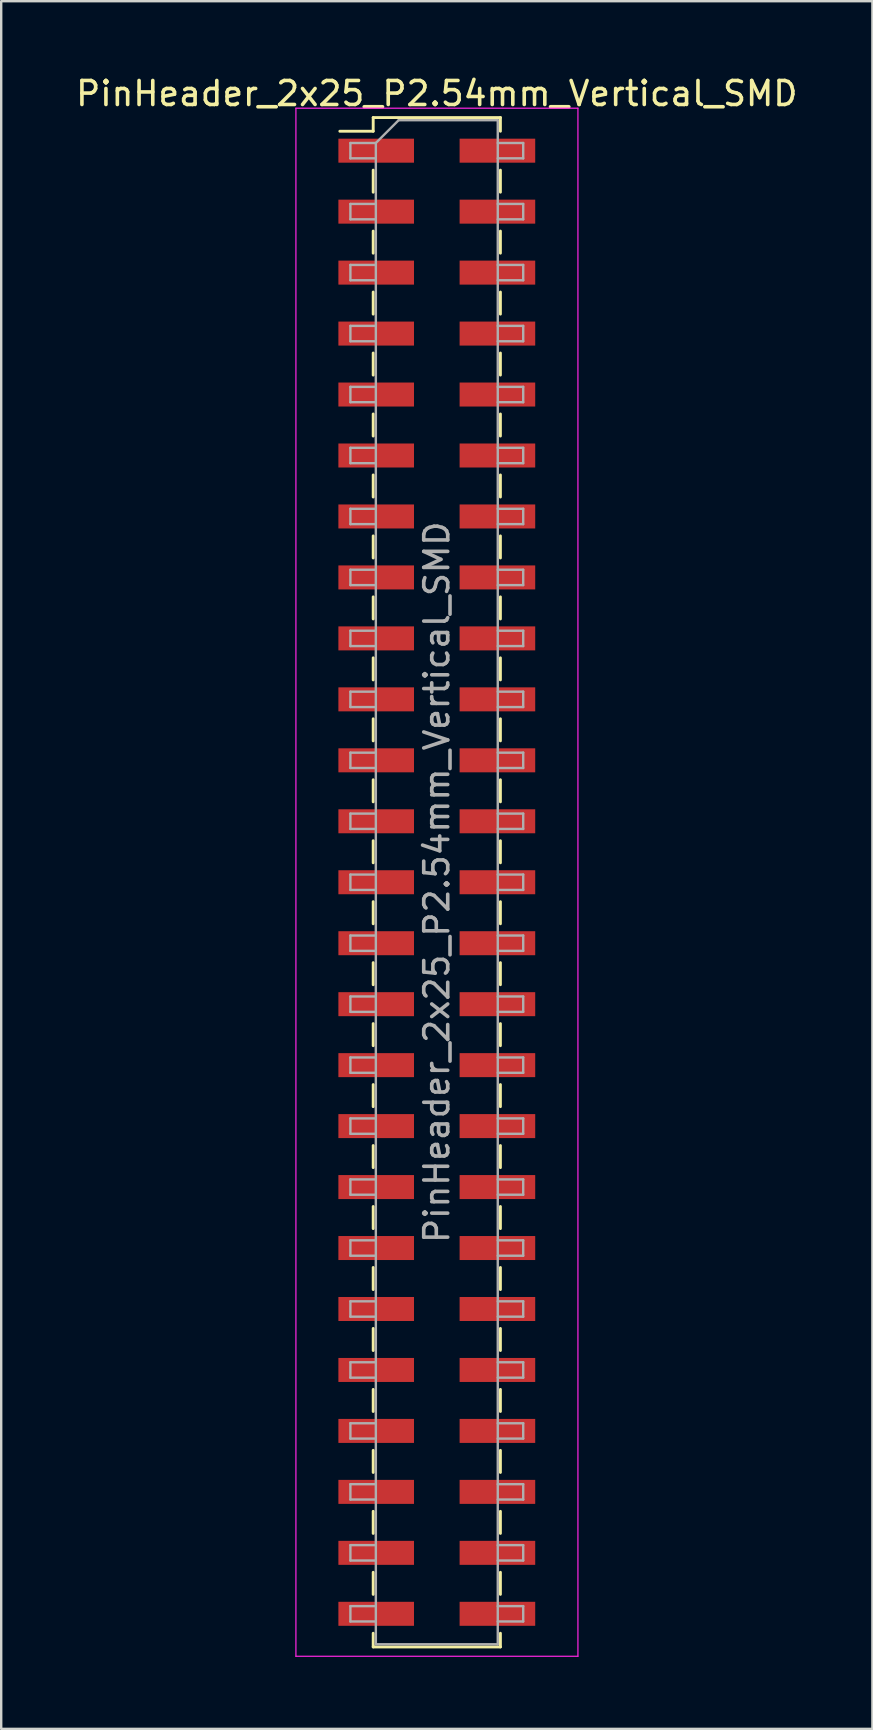
<source format=kicad_pcb>
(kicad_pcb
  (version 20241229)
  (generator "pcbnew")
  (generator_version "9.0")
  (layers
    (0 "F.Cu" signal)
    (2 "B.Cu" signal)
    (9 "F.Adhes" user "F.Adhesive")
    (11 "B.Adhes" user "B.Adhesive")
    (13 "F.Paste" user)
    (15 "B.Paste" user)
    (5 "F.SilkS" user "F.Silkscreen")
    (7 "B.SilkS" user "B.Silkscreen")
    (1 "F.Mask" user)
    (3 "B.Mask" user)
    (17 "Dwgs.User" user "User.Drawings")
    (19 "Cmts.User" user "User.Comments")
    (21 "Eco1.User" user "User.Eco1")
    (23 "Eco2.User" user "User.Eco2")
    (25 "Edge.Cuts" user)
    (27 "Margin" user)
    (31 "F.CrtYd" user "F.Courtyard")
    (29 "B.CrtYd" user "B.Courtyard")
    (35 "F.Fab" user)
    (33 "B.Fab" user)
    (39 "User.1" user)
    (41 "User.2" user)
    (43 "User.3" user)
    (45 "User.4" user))
  (footprint "PinHeader_2x25_P2.54mm_Vertical_SMD"
    (layer "F.Cu")
    (at 15.149 33.708)
    (property "Reference" "PinHeader_2x25_P2.54mm_Vertical_SMD" (at 0 -32.86 0) (layer "F.SilkS") (effects (font (size 1 1) (thickness 0.15))))
    (attr smd)
    (fp_line (start -4.04 -31.29) (end -2.65 -31.29) (stroke (width 0.12) (type solid)) (layer "F.SilkS"))
    (fp_line (start -2.65 -31.86) (end -2.65 -31.29) (stroke (width 0.12) (type solid)) (layer "F.SilkS"))
    (fp_line (start -2.65 -31.86) (end 2.65 -31.86) (stroke (width 0.12) (type solid)) (layer "F.SilkS"))
    (fp_line (start -2.65 -29.67) (end -2.65 -28.75) (stroke (width 0.12) (type solid)) (layer "F.SilkS"))
    (fp_line (start -2.65 -27.13) (end -2.65 -26.21) (stroke (width 0.12) (type solid)) (layer "F.SilkS"))
    (fp_line (start -2.65 -24.59) (end -2.65 -23.67) (stroke (width 0.12) (type solid)) (layer "F.SilkS"))
    (fp_line (start -2.65 -22.05) (end -2.65 -21.13) (stroke (width 0.12) (type solid)) (layer "F.SilkS"))
    (fp_line (start -2.65 -19.51) (end -2.65 -18.59) (stroke (width 0.12) (type solid)) (layer "F.SilkS"))
    (fp_line (start -2.65 -16.97) (end -2.65 -16.05) (stroke (width 0.12) (type solid)) (layer "F.SilkS"))
    (fp_line (start -2.65 -14.43) (end -2.65 -13.51) (stroke (width 0.12) (type solid)) (layer "F.SilkS"))
    (fp_line (start -2.65 -11.89) (end -2.65 -10.97) (stroke (width 0.12) (type solid)) (layer "F.SilkS"))
    (fp_line (start -2.65 -9.35) (end -2.65 -8.43) (stroke (width 0.12) (type solid)) (layer "F.SilkS"))
    (fp_line (start -2.65 -6.81) (end -2.65 -5.89) (stroke (width 0.12) (type solid)) (layer "F.SilkS"))
    (fp_line (start -2.65 -4.27) (end -2.65 -3.35) (stroke (width 0.12) (type solid)) (layer "F.SilkS"))
    (fp_line (start -2.65 -1.73) (end -2.65 -0.81) (stroke (width 0.12) (type solid)) (layer "F.SilkS"))
    (fp_line (start -2.65 0.81) (end -2.65 1.73) (stroke (width 0.12) (type solid)) (layer "F.SilkS"))
    (fp_line (start -2.65 3.35) (end -2.65 4.27) (stroke (width 0.12) (type solid)) (layer "F.SilkS"))
    (fp_line (start -2.65 5.89) (end -2.65 6.81) (stroke (width 0.12) (type solid)) (layer "F.SilkS"))
    (fp_line (start -2.65 8.43) (end -2.65 9.35) (stroke (width 0.12) (type solid)) (layer "F.SilkS"))
    (fp_line (start -2.65 10.97) (end -2.65 11.89) (stroke (width 0.12) (type solid)) (layer "F.SilkS"))
    (fp_line (start -2.65 13.51) (end -2.65 14.43) (stroke (width 0.12) (type solid)) (layer "F.SilkS"))
    (fp_line (start -2.65 16.05) (end -2.65 16.97) (stroke (width 0.12) (type solid)) (layer "F.SilkS"))
    (fp_line (start -2.65 18.59) (end -2.65 19.51) (stroke (width 0.12) (type solid)) (layer "F.SilkS"))
    (fp_line (start -2.65 21.13) (end -2.65 22.05) (stroke (width 0.12) (type solid)) (layer "F.SilkS"))
    (fp_line (start -2.65 23.67) (end -2.65 24.59) (stroke (width 0.12) (type solid)) (layer "F.SilkS"))
    (fp_line (start -2.65 26.21) (end -2.65 27.13) (stroke (width 0.12) (type solid)) (layer "F.SilkS"))
    (fp_line (start -2.65 28.75) (end -2.65 29.67) (stroke (width 0.12) (type solid)) (layer "F.SilkS"))
    (fp_line (start -2.65 31.29) (end -2.65 31.86) (stroke (width 0.12) (type solid)) (layer "F.SilkS"))
    (fp_line (start -2.65 31.86) (end 2.65 31.86) (stroke (width 0.12) (type solid)) (layer "F.SilkS"))
    (fp_line (start 2.65 -31.86) (end 2.65 -31.29) (stroke (width 0.12) (type solid)) (layer "F.SilkS"))
    (fp_line (start 2.65 -29.67) (end 2.65 -28.75) (stroke (width 0.12) (type solid)) (layer "F.SilkS"))
    (fp_line (start 2.65 -27.13) (end 2.65 -26.21) (stroke (width 0.12) (type solid)) (layer "F.SilkS"))
    (fp_line (start 2.65 -24.59) (end 2.65 -23.67) (stroke (width 0.12) (type solid)) (layer "F.SilkS"))
    (fp_line (start 2.65 -22.05) (end 2.65 -21.13) (stroke (width 0.12) (type solid)) (layer "F.SilkS"))
    (fp_line (start 2.65 -19.51) (end 2.65 -18.59) (stroke (width 0.12) (type solid)) (layer "F.SilkS"))
    (fp_line (start 2.65 -16.97) (end 2.65 -16.05) (stroke (width 0.12) (type solid)) (layer "F.SilkS"))
    (fp_line (start 2.65 -14.43) (end 2.65 -13.51) (stroke (width 0.12) (type solid)) (layer "F.SilkS"))
    (fp_line (start 2.65 -11.89) (end 2.65 -10.97) (stroke (width 0.12) (type solid)) (layer "F.SilkS"))
    (fp_line (start 2.65 -9.35) (end 2.65 -8.43) (stroke (width 0.12) (type solid)) (layer "F.SilkS"))
    (fp_line (start 2.65 -6.81) (end 2.65 -5.89) (stroke (width 0.12) (type solid)) (layer "F.SilkS"))
    (fp_line (start 2.65 -4.27) (end 2.65 -3.35) (stroke (width 0.12) (type solid)) (layer "F.SilkS"))
    (fp_line (start 2.65 -1.73) (end 2.65 -0.81) (stroke (width 0.12) (type solid)) (layer "F.SilkS"))
    (fp_line (start 2.65 0.81) (end 2.65 1.73) (stroke (width 0.12) (type solid)) (layer "F.SilkS"))
    (fp_line (start 2.65 3.35) (end 2.65 4.27) (stroke (width 0.12) (type solid)) (layer "F.SilkS"))
    (fp_line (start 2.65 5.89) (end 2.65 6.81) (stroke (width 0.12) (type solid)) (layer "F.SilkS"))
    (fp_line (start 2.65 8.43) (end 2.65 9.35) (stroke (width 0.12) (type solid)) (layer "F.SilkS"))
    (fp_line (start 2.65 10.97) (end 2.65 11.89) (stroke (width 0.12) (type solid)) (layer "F.SilkS"))
    (fp_line (start 2.65 13.51) (end 2.65 14.43) (stroke (width 0.12) (type solid)) (layer "F.SilkS"))
    (fp_line (start 2.65 16.05) (end 2.65 16.97) (stroke (width 0.12) (type solid)) (layer "F.SilkS"))
    (fp_line (start 2.65 18.59) (end 2.65 19.51) (stroke (width 0.12) (type solid)) (layer "F.SilkS"))
    (fp_line (start 2.65 21.13) (end 2.65 22.05) (stroke (width 0.12) (type solid)) (layer "F.SilkS"))
    (fp_line (start 2.65 23.67) (end 2.65 24.59) (stroke (width 0.12) (type solid)) (layer "F.SilkS"))
    (fp_line (start 2.65 26.21) (end 2.65 27.13) (stroke (width 0.12) (type solid)) (layer "F.SilkS"))
    (fp_line (start 2.65 28.75) (end 2.65 29.67) (stroke (width 0.12) (type solid)) (layer "F.SilkS"))
    (fp_line (start 2.65 31.29) (end 2.65 31.86) (stroke (width 0.12) (type solid)) (layer "F.SilkS"))
    (fp_line (start -5.87 -32.25) (end -5.87 32.25) (stroke (width 0.05) (type solid)) (layer "F.CrtYd"))
    (fp_line (start -5.87 32.25) (end 5.88 32.25) (stroke (width 0.05) (type solid)) (layer "F.CrtYd"))
    (fp_line (start 5.88 -32.25) (end -5.87 -32.25) (stroke (width 0.05) (type solid)) (layer "F.CrtYd"))
    (fp_line (start 5.88 32.25) (end 5.88 -32.25) (stroke (width 0.05) (type solid)) (layer "F.CrtYd"))
    (fp_line (start -3.6 -30.8) (end -3.6 -30.16) (stroke (width 0.1) (type solid)) (layer "F.Fab"))
    (fp_line (start -3.6 -30.16) (end -2.54 -30.16) (stroke (width 0.1) (type solid)) (layer "F.Fab"))
    (fp_line (start -3.6 -28.26) (end -3.6 -27.62) (stroke (width 0.1) (type solid)) (layer "F.Fab"))
    (fp_line (start -3.6 -27.62) (end -2.54 -27.62) (stroke (width 0.1) (type solid)) (layer "F.Fab"))
    (fp_line (start -3.6 -25.72) (end -3.6 -25.08) (stroke (width 0.1) (type solid)) (layer "F.Fab"))
    (fp_line (start -3.6 -25.08) (end -2.54 -25.08) (stroke (width 0.1) (type solid)) (layer "F.Fab"))
    (fp_line (start -3.6 -23.18) (end -3.6 -22.54) (stroke (width 0.1) (type solid)) (layer "F.Fab"))
    (fp_line (start -3.6 -22.54) (end -2.54 -22.54) (stroke (width 0.1) (type solid)) (layer "F.Fab"))
    (fp_line (start -3.6 -20.64) (end -3.6 -20) (stroke (width 0.1) (type solid)) (layer "F.Fab"))
    (fp_line (start -3.6 -20) (end -2.54 -20) (stroke (width 0.1) (type solid)) (layer "F.Fab"))
    (fp_line (start -3.6 -18.1) (end -3.6 -17.46) (stroke (width 0.1) (type solid)) (layer "F.Fab"))
    (fp_line (start -3.6 -17.46) (end -2.54 -17.46) (stroke (width 0.1) (type solid)) (layer "F.Fab"))
    (fp_line (start -3.6 -15.56) (end -3.6 -14.92) (stroke (width 0.1) (type solid)) (layer "F.Fab"))
    (fp_line (start -3.6 -14.92) (end -2.54 -14.92) (stroke (width 0.1) (type solid)) (layer "F.Fab"))
    (fp_line (start -3.6 -13.02) (end -3.6 -12.38) (stroke (width 0.1) (type solid)) (layer "F.Fab"))
    (fp_line (start -3.6 -12.38) (end -2.54 -12.38) (stroke (width 0.1) (type solid)) (layer "F.Fab"))
    (fp_line (start -3.6 -10.48) (end -3.6 -9.84) (stroke (width 0.1) (type solid)) (layer "F.Fab"))
    (fp_line (start -3.6 -9.84) (end -2.54 -9.84) (stroke (width 0.1) (type solid)) (layer "F.Fab"))
    (fp_line (start -3.6 -7.94) (end -3.6 -7.3) (stroke (width 0.1) (type solid)) (layer "F.Fab"))
    (fp_line (start -3.6 -7.3) (end -2.54 -7.3) (stroke (width 0.1) (type solid)) (layer "F.Fab"))
    (fp_line (start -3.6 -5.4) (end -3.6 -4.76) (stroke (width 0.1) (type solid)) (layer "F.Fab"))
    (fp_line (start -3.6 -4.76) (end -2.54 -4.76) (stroke (width 0.1) (type solid)) (layer "F.Fab"))
    (fp_line (start -3.6 -2.86) (end -3.6 -2.22) (stroke (width 0.1) (type solid)) (layer "F.Fab"))
    (fp_line (start -3.6 -2.22) (end -2.54 -2.22) (stroke (width 0.1) (type solid)) (layer "F.Fab"))
    (fp_line (start -3.6 -0.32) (end -3.6 0.32) (stroke (width 0.1) (type solid)) (layer "F.Fab"))
    (fp_line (start -3.6 0.32) (end -2.54 0.32) (stroke (width 0.1) (type solid)) (layer "F.Fab"))
    (fp_line (start -3.6 2.22) (end -3.6 2.86) (stroke (width 0.1) (type solid)) (layer "F.Fab"))
    (fp_line (start -3.6 2.86) (end -2.54 2.86) (stroke (width 0.1) (type solid)) (layer "F.Fab"))
    (fp_line (start -3.6 4.76) (end -3.6 5.4) (stroke (width 0.1) (type solid)) (layer "F.Fab"))
    (fp_line (start -3.6 5.4) (end -2.54 5.4) (stroke (width 0.1) (type solid)) (layer "F.Fab"))
    (fp_line (start -3.6 7.3) (end -3.6 7.94) (stroke (width 0.1) (type solid)) (layer "F.Fab"))
    (fp_line (start -3.6 7.94) (end -2.54 7.94) (stroke (width 0.1) (type solid)) (layer "F.Fab"))
    (fp_line (start -3.6 9.84) (end -3.6 10.48) (stroke (width 0.1) (type solid)) (layer "F.Fab"))
    (fp_line (start -3.6 10.48) (end -2.54 10.48) (stroke (width 0.1) (type solid)) (layer "F.Fab"))
    (fp_line (start -3.6 12.38) (end -3.6 13.02) (stroke (width 0.1) (type solid)) (layer "F.Fab"))
    (fp_line (start -3.6 13.02) (end -2.54 13.02) (stroke (width 0.1) (type solid)) (layer "F.Fab"))
    (fp_line (start -3.6 14.92) (end -3.6 15.56) (stroke (width 0.1) (type solid)) (layer "F.Fab"))
    (fp_line (start -3.6 15.56) (end -2.54 15.56) (stroke (width 0.1) (type solid)) (layer "F.Fab"))
    (fp_line (start -3.6 17.46) (end -3.6 18.1) (stroke (width 0.1) (type solid)) (layer "F.Fab"))
    (fp_line (start -3.6 18.1) (end -2.54 18.1) (stroke (width 0.1) (type solid)) (layer "F.Fab"))
    (fp_line (start -3.6 20) (end -3.6 20.64) (stroke (width 0.1) (type solid)) (layer "F.Fab"))
    (fp_line (start -3.6 20.64) (end -2.54 20.64) (stroke (width 0.1) (type solid)) (layer "F.Fab"))
    (fp_line (start -3.6 22.54) (end -3.6 23.18) (stroke (width 0.1) (type solid)) (layer "F.Fab"))
    (fp_line (start -3.6 23.18) (end -2.54 23.18) (stroke (width 0.1) (type solid)) (layer "F.Fab"))
    (fp_line (start -3.6 25.08) (end -3.6 25.72) (stroke (width 0.1) (type solid)) (layer "F.Fab"))
    (fp_line (start -3.6 25.72) (end -2.54 25.72) (stroke (width 0.1) (type solid)) (layer "F.Fab"))
    (fp_line (start -3.6 27.62) (end -3.6 28.26) (stroke (width 0.1) (type solid)) (layer "F.Fab"))
    (fp_line (start -3.6 28.26) (end -2.54 28.26) (stroke (width 0.1) (type solid)) (layer "F.Fab"))
    (fp_line (start -3.6 30.16) (end -3.6 30.8) (stroke (width 0.1) (type solid)) (layer "F.Fab"))
    (fp_line (start -3.6 30.8) (end -2.54 30.8) (stroke (width 0.1) (type solid)) (layer "F.Fab"))
    (fp_line (start -2.54 -30.8) (end -3.6 -30.8) (stroke (width 0.1) (type solid)) (layer "F.Fab"))
    (fp_line (start -2.54 -30.8) (end -1.59 -31.75) (stroke (width 0.1) (type solid)) (layer "F.Fab"))
    (fp_line (start -2.54 -28.26) (end -3.6 -28.26) (stroke (width 0.1) (type solid)) (layer "F.Fab"))
    (fp_line (start -2.54 -25.72) (end -3.6 -25.72) (stroke (width 0.1) (type solid)) (layer "F.Fab"))
    (fp_line (start -2.54 -23.18) (end -3.6 -23.18) (stroke (width 0.1) (type solid)) (layer "F.Fab"))
    (fp_line (start -2.54 -20.64) (end -3.6 -20.64) (stroke (width 0.1) (type solid)) (layer "F.Fab"))
    (fp_line (start -2.54 -18.1) (end -3.6 -18.1) (stroke (width 0.1) (type solid)) (layer "F.Fab"))
    (fp_line (start -2.54 -15.56) (end -3.6 -15.56) (stroke (width 0.1) (type solid)) (layer "F.Fab"))
    (fp_line (start -2.54 -13.02) (end -3.6 -13.02) (stroke (width 0.1) (type solid)) (layer "F.Fab"))
    (fp_line (start -2.54 -10.48) (end -3.6 -10.48) (stroke (width 0.1) (type solid)) (layer "F.Fab"))
    (fp_line (start -2.54 -7.94) (end -3.6 -7.94) (stroke (width 0.1) (type solid)) (layer "F.Fab"))
    (fp_line (start -2.54 -5.4) (end -3.6 -5.4) (stroke (width 0.1) (type solid)) (layer "F.Fab"))
    (fp_line (start -2.54 -2.86) (end -3.6 -2.86) (stroke (width 0.1) (type solid)) (layer "F.Fab"))
    (fp_line (start -2.54 -0.32) (end -3.6 -0.32) (stroke (width 0.1) (type solid)) (layer "F.Fab"))
    (fp_line (start -2.54 2.22) (end -3.6 2.22) (stroke (width 0.1) (type solid)) (layer "F.Fab"))
    (fp_line (start -2.54 4.76) (end -3.6 4.76) (stroke (width 0.1) (type solid)) (layer "F.Fab"))
    (fp_line (start -2.54 7.3) (end -3.6 7.3) (stroke (width 0.1) (type solid)) (layer "F.Fab"))
    (fp_line (start -2.54 9.84) (end -3.6 9.84) (stroke (width 0.1) (type solid)) (layer "F.Fab"))
    (fp_line (start -2.54 12.38) (end -3.6 12.38) (stroke (width 0.1) (type solid)) (layer "F.Fab"))
    (fp_line (start -2.54 14.92) (end -3.6 14.92) (stroke (width 0.1) (type solid)) (layer "F.Fab"))
    (fp_line (start -2.54 17.46) (end -3.6 17.46) (stroke (width 0.1) (type solid)) (layer "F.Fab"))
    (fp_line (start -2.54 20) (end -3.6 20) (stroke (width 0.1) (type solid)) (layer "F.Fab"))
    (fp_line (start -2.54 22.54) (end -3.6 22.54) (stroke (width 0.1) (type solid)) (layer "F.Fab"))
    (fp_line (start -2.54 25.08) (end -3.6 25.08) (stroke (width 0.1) (type solid)) (layer "F.Fab"))
    (fp_line (start -2.54 27.62) (end -3.6 27.62) (stroke (width 0.1) (type solid)) (layer "F.Fab"))
    (fp_line (start -2.54 30.16) (end -3.6 30.16) (stroke (width 0.1) (type solid)) (layer "F.Fab"))
    (fp_line (start -2.54 31.75) (end -2.54 -30.8) (stroke (width 0.1) (type solid)) (layer "F.Fab"))
    (fp_line (start -1.59 -31.75) (end 2.54 -31.75) (stroke (width 0.1) (type solid)) (layer "F.Fab"))
    (fp_line (start 2.54 -31.75) (end 2.54 31.75) (stroke (width 0.1) (type solid)) (layer "F.Fab"))
    (fp_line (start 2.54 -30.8) (end 3.6 -30.8) (stroke (width 0.1) (type solid)) (layer "F.Fab"))
    (fp_line (start 2.54 -28.26) (end 3.6 -28.26) (stroke (width 0.1) (type solid)) (layer "F.Fab"))
    (fp_line (start 2.54 -25.72) (end 3.6 -25.72) (stroke (width 0.1) (type solid)) (layer "F.Fab"))
    (fp_line (start 2.54 -23.18) (end 3.6 -23.18) (stroke (width 0.1) (type solid)) (layer "F.Fab"))
    (fp_line (start 2.54 -20.64) (end 3.6 -20.64) (stroke (width 0.1) (type solid)) (layer "F.Fab"))
    (fp_line (start 2.54 -18.1) (end 3.6 -18.1) (stroke (width 0.1) (type solid)) (layer "F.Fab"))
    (fp_line (start 2.54 -15.56) (end 3.6 -15.56) (stroke (width 0.1) (type solid)) (layer "F.Fab"))
    (fp_line (start 2.54 -13.02) (end 3.6 -13.02) (stroke (width 0.1) (type solid)) (layer "F.Fab"))
    (fp_line (start 2.54 -10.48) (end 3.6 -10.48) (stroke (width 0.1) (type solid)) (layer "F.Fab"))
    (fp_line (start 2.54 -7.94) (end 3.6 -7.94) (stroke (width 0.1) (type solid)) (layer "F.Fab"))
    (fp_line (start 2.54 -5.4) (end 3.6 -5.4) (stroke (width 0.1) (type solid)) (layer "F.Fab"))
    (fp_line (start 2.54 -2.86) (end 3.6 -2.86) (stroke (width 0.1) (type solid)) (layer "F.Fab"))
    (fp_line (start 2.54 -0.32) (end 3.6 -0.32) (stroke (width 0.1) (type solid)) (layer "F.Fab"))
    (fp_line (start 2.54 2.22) (end 3.6 2.22) (stroke (width 0.1) (type solid)) (layer "F.Fab"))
    (fp_line (start 2.54 4.76) (end 3.6 4.76) (stroke (width 0.1) (type solid)) (layer "F.Fab"))
    (fp_line (start 2.54 7.3) (end 3.6 7.3) (stroke (width 0.1) (type solid)) (layer "F.Fab"))
    (fp_line (start 2.54 9.84) (end 3.6 9.84) (stroke (width 0.1) (type solid)) (layer "F.Fab"))
    (fp_line (start 2.54 12.38) (end 3.6 12.38) (stroke (width 0.1) (type solid)) (layer "F.Fab"))
    (fp_line (start 2.54 14.92) (end 3.6 14.92) (stroke (width 0.1) (type solid)) (layer "F.Fab"))
    (fp_line (start 2.54 17.46) (end 3.6 17.46) (stroke (width 0.1) (type solid)) (layer "F.Fab"))
    (fp_line (start 2.54 20) (end 3.6 20) (stroke (width 0.1) (type solid)) (layer "F.Fab"))
    (fp_line (start 2.54 22.54) (end 3.6 22.54) (stroke (width 0.1) (type solid)) (layer "F.Fab"))
    (fp_line (start 2.54 25.08) (end 3.6 25.08) (stroke (width 0.1) (type solid)) (layer "F.Fab"))
    (fp_line (start 2.54 27.62) (end 3.6 27.62) (stroke (width 0.1) (type solid)) (layer "F.Fab"))
    (fp_line (start 2.54 30.16) (end 3.6 30.16) (stroke (width 0.1) (type solid)) (layer "F.Fab"))
    (fp_line (start 2.54 31.75) (end -2.54 31.75) (stroke (width 0.1) (type solid)) (layer "F.Fab"))
    (fp_line (start 3.6 -30.8) (end 3.6 -30.16) (stroke (width 0.1) (type solid)) (layer "F.Fab"))
    (fp_line (start 3.6 -30.16) (end 2.54 -30.16) (stroke (width 0.1) (type solid)) (layer "F.Fab"))
    (fp_line (start 3.6 -28.26) (end 3.6 -27.62) (stroke (width 0.1) (type solid)) (layer "F.Fab"))
    (fp_line (start 3.6 -27.62) (end 2.54 -27.62) (stroke (width 0.1) (type solid)) (layer "F.Fab"))
    (fp_line (start 3.6 -25.72) (end 3.6 -25.08) (stroke (width 0.1) (type solid)) (layer "F.Fab"))
    (fp_line (start 3.6 -25.08) (end 2.54 -25.08) (stroke (width 0.1) (type solid)) (layer "F.Fab"))
    (fp_line (start 3.6 -23.18) (end 3.6 -22.54) (stroke (width 0.1) (type solid)) (layer "F.Fab"))
    (fp_line (start 3.6 -22.54) (end 2.54 -22.54) (stroke (width 0.1) (type solid)) (layer "F.Fab"))
    (fp_line (start 3.6 -20.64) (end 3.6 -20) (stroke (width 0.1) (type solid)) (layer "F.Fab"))
    (fp_line (start 3.6 -20) (end 2.54 -20) (stroke (width 0.1) (type solid)) (layer "F.Fab"))
    (fp_line (start 3.6 -18.1) (end 3.6 -17.46) (stroke (width 0.1) (type solid)) (layer "F.Fab"))
    (fp_line (start 3.6 -17.46) (end 2.54 -17.46) (stroke (width 0.1) (type solid)) (layer "F.Fab"))
    (fp_line (start 3.6 -15.56) (end 3.6 -14.92) (stroke (width 0.1) (type solid)) (layer "F.Fab"))
    (fp_line (start 3.6 -14.92) (end 2.54 -14.92) (stroke (width 0.1) (type solid)) (layer "F.Fab"))
    (fp_line (start 3.6 -13.02) (end 3.6 -12.38) (stroke (width 0.1) (type solid)) (layer "F.Fab"))
    (fp_line (start 3.6 -12.38) (end 2.54 -12.38) (stroke (width 0.1) (type solid)) (layer "F.Fab"))
    (fp_line (start 3.6 -10.48) (end 3.6 -9.84) (stroke (width 0.1) (type solid)) (layer "F.Fab"))
    (fp_line (start 3.6 -9.84) (end 2.54 -9.84) (stroke (width 0.1) (type solid)) (layer "F.Fab"))
    (fp_line (start 3.6 -7.94) (end 3.6 -7.3) (stroke (width 0.1) (type solid)) (layer "F.Fab"))
    (fp_line (start 3.6 -7.3) (end 2.54 -7.3) (stroke (width 0.1) (type solid)) (layer "F.Fab"))
    (fp_line (start 3.6 -5.4) (end 3.6 -4.76) (stroke (width 0.1) (type solid)) (layer "F.Fab"))
    (fp_line (start 3.6 -4.76) (end 2.54 -4.76) (stroke (width 0.1) (type solid)) (layer "F.Fab"))
    (fp_line (start 3.6 -2.86) (end 3.6 -2.22) (stroke (width 0.1) (type solid)) (layer "F.Fab"))
    (fp_line (start 3.6 -2.22) (end 2.54 -2.22) (stroke (width 0.1) (type solid)) (layer "F.Fab"))
    (fp_line (start 3.6 -0.32) (end 3.6 0.32) (stroke (width 0.1) (type solid)) (layer "F.Fab"))
    (fp_line (start 3.6 0.32) (end 2.54 0.32) (stroke (width 0.1) (type solid)) (layer "F.Fab"))
    (fp_line (start 3.6 2.22) (end 3.6 2.86) (stroke (width 0.1) (type solid)) (layer "F.Fab"))
    (fp_line (start 3.6 2.86) (end 2.54 2.86) (stroke (width 0.1) (type solid)) (layer "F.Fab"))
    (fp_line (start 3.6 4.76) (end 3.6 5.4) (stroke (width 0.1) (type solid)) (layer "F.Fab"))
    (fp_line (start 3.6 5.4) (end 2.54 5.4) (stroke (width 0.1) (type solid)) (layer "F.Fab"))
    (fp_line (start 3.6 7.3) (end 3.6 7.94) (stroke (width 0.1) (type solid)) (layer "F.Fab"))
    (fp_line (start 3.6 7.94) (end 2.54 7.94) (stroke (width 0.1) (type solid)) (layer "F.Fab"))
    (fp_line (start 3.6 9.84) (end 3.6 10.48) (stroke (width 0.1) (type solid)) (layer "F.Fab"))
    (fp_line (start 3.6 10.48) (end 2.54 10.48) (stroke (width 0.1) (type solid)) (layer "F.Fab"))
    (fp_line (start 3.6 12.38) (end 3.6 13.02) (stroke (width 0.1) (type solid)) (layer "F.Fab"))
    (fp_line (start 3.6 13.02) (end 2.54 13.02) (stroke (width 0.1) (type solid)) (layer "F.Fab"))
    (fp_line (start 3.6 14.92) (end 3.6 15.56) (stroke (width 0.1) (type solid)) (layer "F.Fab"))
    (fp_line (start 3.6 15.56) (end 2.54 15.56) (stroke (width 0.1) (type solid)) (layer "F.Fab"))
    (fp_line (start 3.6 17.46) (end 3.6 18.1) (stroke (width 0.1) (type solid)) (layer "F.Fab"))
    (fp_line (start 3.6 18.1) (end 2.54 18.1) (stroke (width 0.1) (type solid)) (layer "F.Fab"))
    (fp_line (start 3.6 20) (end 3.6 20.64) (stroke (width 0.1) (type solid)) (layer "F.Fab"))
    (fp_line (start 3.6 20.64) (end 2.54 20.64) (stroke (width 0.1) (type solid)) (layer "F.Fab"))
    (fp_line (start 3.6 22.54) (end 3.6 23.18) (stroke (width 0.1) (type solid)) (layer "F.Fab"))
    (fp_line (start 3.6 23.18) (end 2.54 23.18) (stroke (width 0.1) (type solid)) (layer "F.Fab"))
    (fp_line (start 3.6 25.08) (end 3.6 25.72) (stroke (width 0.1) (type solid)) (layer "F.Fab"))
    (fp_line (start 3.6 25.72) (end 2.54 25.72) (stroke (width 0.1) (type solid)) (layer "F.Fab"))
    (fp_line (start 3.6 27.62) (end 3.6 28.26) (stroke (width 0.1) (type solid)) (layer "F.Fab"))
    (fp_line (start 3.6 28.26) (end 2.54 28.26) (stroke (width 0.1) (type solid)) (layer "F.Fab"))
    (fp_line (start 3.6 30.16) (end 3.6 30.8) (stroke (width 0.1) (type solid)) (layer "F.Fab"))
    (fp_line (start 3.6 30.8) (end 2.54 30.8) (stroke (width 0.1) (type solid)) (layer "F.Fab"))
    (fp_text user "${REFERENCE}" (at 0 0 90) (layer "F.Fab") (effects (font (size 1 1) (thickness 0.15))))
    (pad "1" smd rect (at -2.525 -30.48) (size 3.15 1) (layers "F.Cu" "F.Mask" "F.Paste"))
    (pad "2" smd rect (at 2.525 -30.48) (size 3.15 1) (layers "F.Cu" "F.Mask" "F.Paste"))
    (pad "3" smd rect (at -2.525 -27.94) (size 3.15 1) (layers "F.Cu" "F.Mask" "F.Paste"))
    (pad "4" smd rect (at 2.525 -27.94) (size 3.15 1) (layers "F.Cu" "F.Mask" "F.Paste"))
    (pad "5" smd rect (at -2.525 -25.4) (size 3.15 1) (layers "F.Cu" "F.Mask" "F.Paste"))
    (pad "6" smd rect (at 2.525 -25.4) (size 3.15 1) (layers "F.Cu" "F.Mask" "F.Paste"))
    (pad "7" smd rect (at -2.525 -22.86) (size 3.15 1) (layers "F.Cu" "F.Mask" "F.Paste"))
    (pad "8" smd rect (at 2.525 -22.86) (size 3.15 1) (layers "F.Cu" "F.Mask" "F.Paste"))
    (pad "9" smd rect (at -2.525 -20.32) (size 3.15 1) (layers "F.Cu" "F.Mask" "F.Paste"))
    (pad "10" smd rect (at 2.525 -20.32) (size 3.15 1) (layers "F.Cu" "F.Mask" "F.Paste"))
    (pad "11" smd rect (at -2.525 -17.78) (size 3.15 1) (layers "F.Cu" "F.Mask" "F.Paste"))
    (pad "12" smd rect (at 2.525 -17.78) (size 3.15 1) (layers "F.Cu" "F.Mask" "F.Paste"))
    (pad "13" smd rect (at -2.525 -15.24) (size 3.15 1) (layers "F.Cu" "F.Mask" "F.Paste"))
    (pad "14" smd rect (at 2.525 -15.24) (size 3.15 1) (layers "F.Cu" "F.Mask" "F.Paste"))
    (pad "15" smd rect (at -2.525 -12.7) (size 3.15 1) (layers "F.Cu" "F.Mask" "F.Paste"))
    (pad "16" smd rect (at 2.525 -12.7) (size 3.15 1) (layers "F.Cu" "F.Mask" "F.Paste"))
    (pad "17" smd rect (at -2.525 -10.16) (size 3.15 1) (layers "F.Cu" "F.Mask" "F.Paste"))
    (pad "18" smd rect (at 2.525 -10.16) (size 3.15 1) (layers "F.Cu" "F.Mask" "F.Paste"))
    (pad "19" smd rect (at -2.525 -7.62) (size 3.15 1) (layers "F.Cu" "F.Mask" "F.Paste"))
    (pad "20" smd rect (at 2.525 -7.62) (size 3.15 1) (layers "F.Cu" "F.Mask" "F.Paste"))
    (pad "21" smd rect (at -2.525 -5.08) (size 3.15 1) (layers "F.Cu" "F.Mask" "F.Paste"))
    (pad "22" smd rect (at 2.525 -5.08) (size 3.15 1) (layers "F.Cu" "F.Mask" "F.Paste"))
    (pad "23" smd rect (at -2.525 -2.54) (size 3.15 1) (layers "F.Cu" "F.Mask" "F.Paste"))
    (pad "24" smd rect (at 2.525 -2.54) (size 3.15 1) (layers "F.Cu" "F.Mask" "F.Paste"))
    (pad "25" smd rect (at -2.525 0) (size 3.15 1) (layers "F.Cu" "F.Mask" "F.Paste"))
    (pad "26" smd rect (at 2.525 0) (size 3.15 1) (layers "F.Cu" "F.Mask" "F.Paste"))
    (pad "27" smd rect (at -2.525 2.54) (size 3.15 1) (layers "F.Cu" "F.Mask" "F.Paste"))
    (pad "28" smd rect (at 2.525 2.54) (size 3.15 1) (layers "F.Cu" "F.Mask" "F.Paste"))
    (pad "29" smd rect (at -2.525 5.08) (size 3.15 1) (layers "F.Cu" "F.Mask" "F.Paste"))
    (pad "30" smd rect (at 2.525 5.08) (size 3.15 1) (layers "F.Cu" "F.Mask" "F.Paste"))
    (pad "31" smd rect (at -2.525 7.62) (size 3.15 1) (layers "F.Cu" "F.Mask" "F.Paste"))
    (pad "32" smd rect (at 2.525 7.62) (size 3.15 1) (layers "F.Cu" "F.Mask" "F.Paste"))
    (pad "33" smd rect (at -2.525 10.16) (size 3.15 1) (layers "F.Cu" "F.Mask" "F.Paste"))
    (pad "34" smd rect (at 2.525 10.16) (size 3.15 1) (layers "F.Cu" "F.Mask" "F.Paste"))
    (pad "35" smd rect (at -2.525 12.7) (size 3.15 1) (layers "F.Cu" "F.Mask" "F.Paste"))
    (pad "36" smd rect (at 2.525 12.7) (size 3.15 1) (layers "F.Cu" "F.Mask" "F.Paste"))
    (pad "37" smd rect (at -2.525 15.24) (size 3.15 1) (layers "F.Cu" "F.Mask" "F.Paste"))
    (pad "38" smd rect (at 2.525 15.24) (size 3.15 1) (layers "F.Cu" "F.Mask" "F.Paste"))
    (pad "39" smd rect (at -2.525 17.78) (size 3.15 1) (layers "F.Cu" "F.Mask" "F.Paste"))
    (pad "40" smd rect (at 2.525 17.78) (size 3.15 1) (layers "F.Cu" "F.Mask" "F.Paste"))
    (pad "41" smd rect (at -2.525 20.32) (size 3.15 1) (layers "F.Cu" "F.Mask" "F.Paste"))
    (pad "42" smd rect (at 2.525 20.32) (size 3.15 1) (layers "F.Cu" "F.Mask" "F.Paste"))
    (pad "43" smd rect (at -2.525 22.86) (size 3.15 1) (layers "F.Cu" "F.Mask" "F.Paste"))
    (pad "44" smd rect (at 2.525 22.86) (size 3.15 1) (layers "F.Cu" "F.Mask" "F.Paste"))
    (pad "45" smd rect (at -2.525 25.4) (size 3.15 1) (layers "F.Cu" "F.Mask" "F.Paste"))
    (pad "46" smd rect (at 2.525 25.4) (size 3.15 1) (layers "F.Cu" "F.Mask" "F.Paste"))
    (pad "47" smd rect (at -2.525 27.94) (size 3.15 1) (layers "F.Cu" "F.Mask" "F.Paste"))
    (pad "48" smd rect (at 2.525 27.94) (size 3.15 1) (layers "F.Cu" "F.Mask" "F.Paste"))
    (pad "49" smd rect (at -2.525 30.48) (size 3.15 1) (layers "F.Cu" "F.Mask" "F.Paste"))
    (pad "50" smd rect (at 2.525 30.48) (size 3.15 1) (layers "F.Cu" "F.Mask" "F.Paste")))
  (gr_rect
    (start -3 -3)
    (end 33.298 68.983)
    (stroke (width 0.1) (type default))
    (fill no)
    (layer "Edge.Cuts")))
</source>
